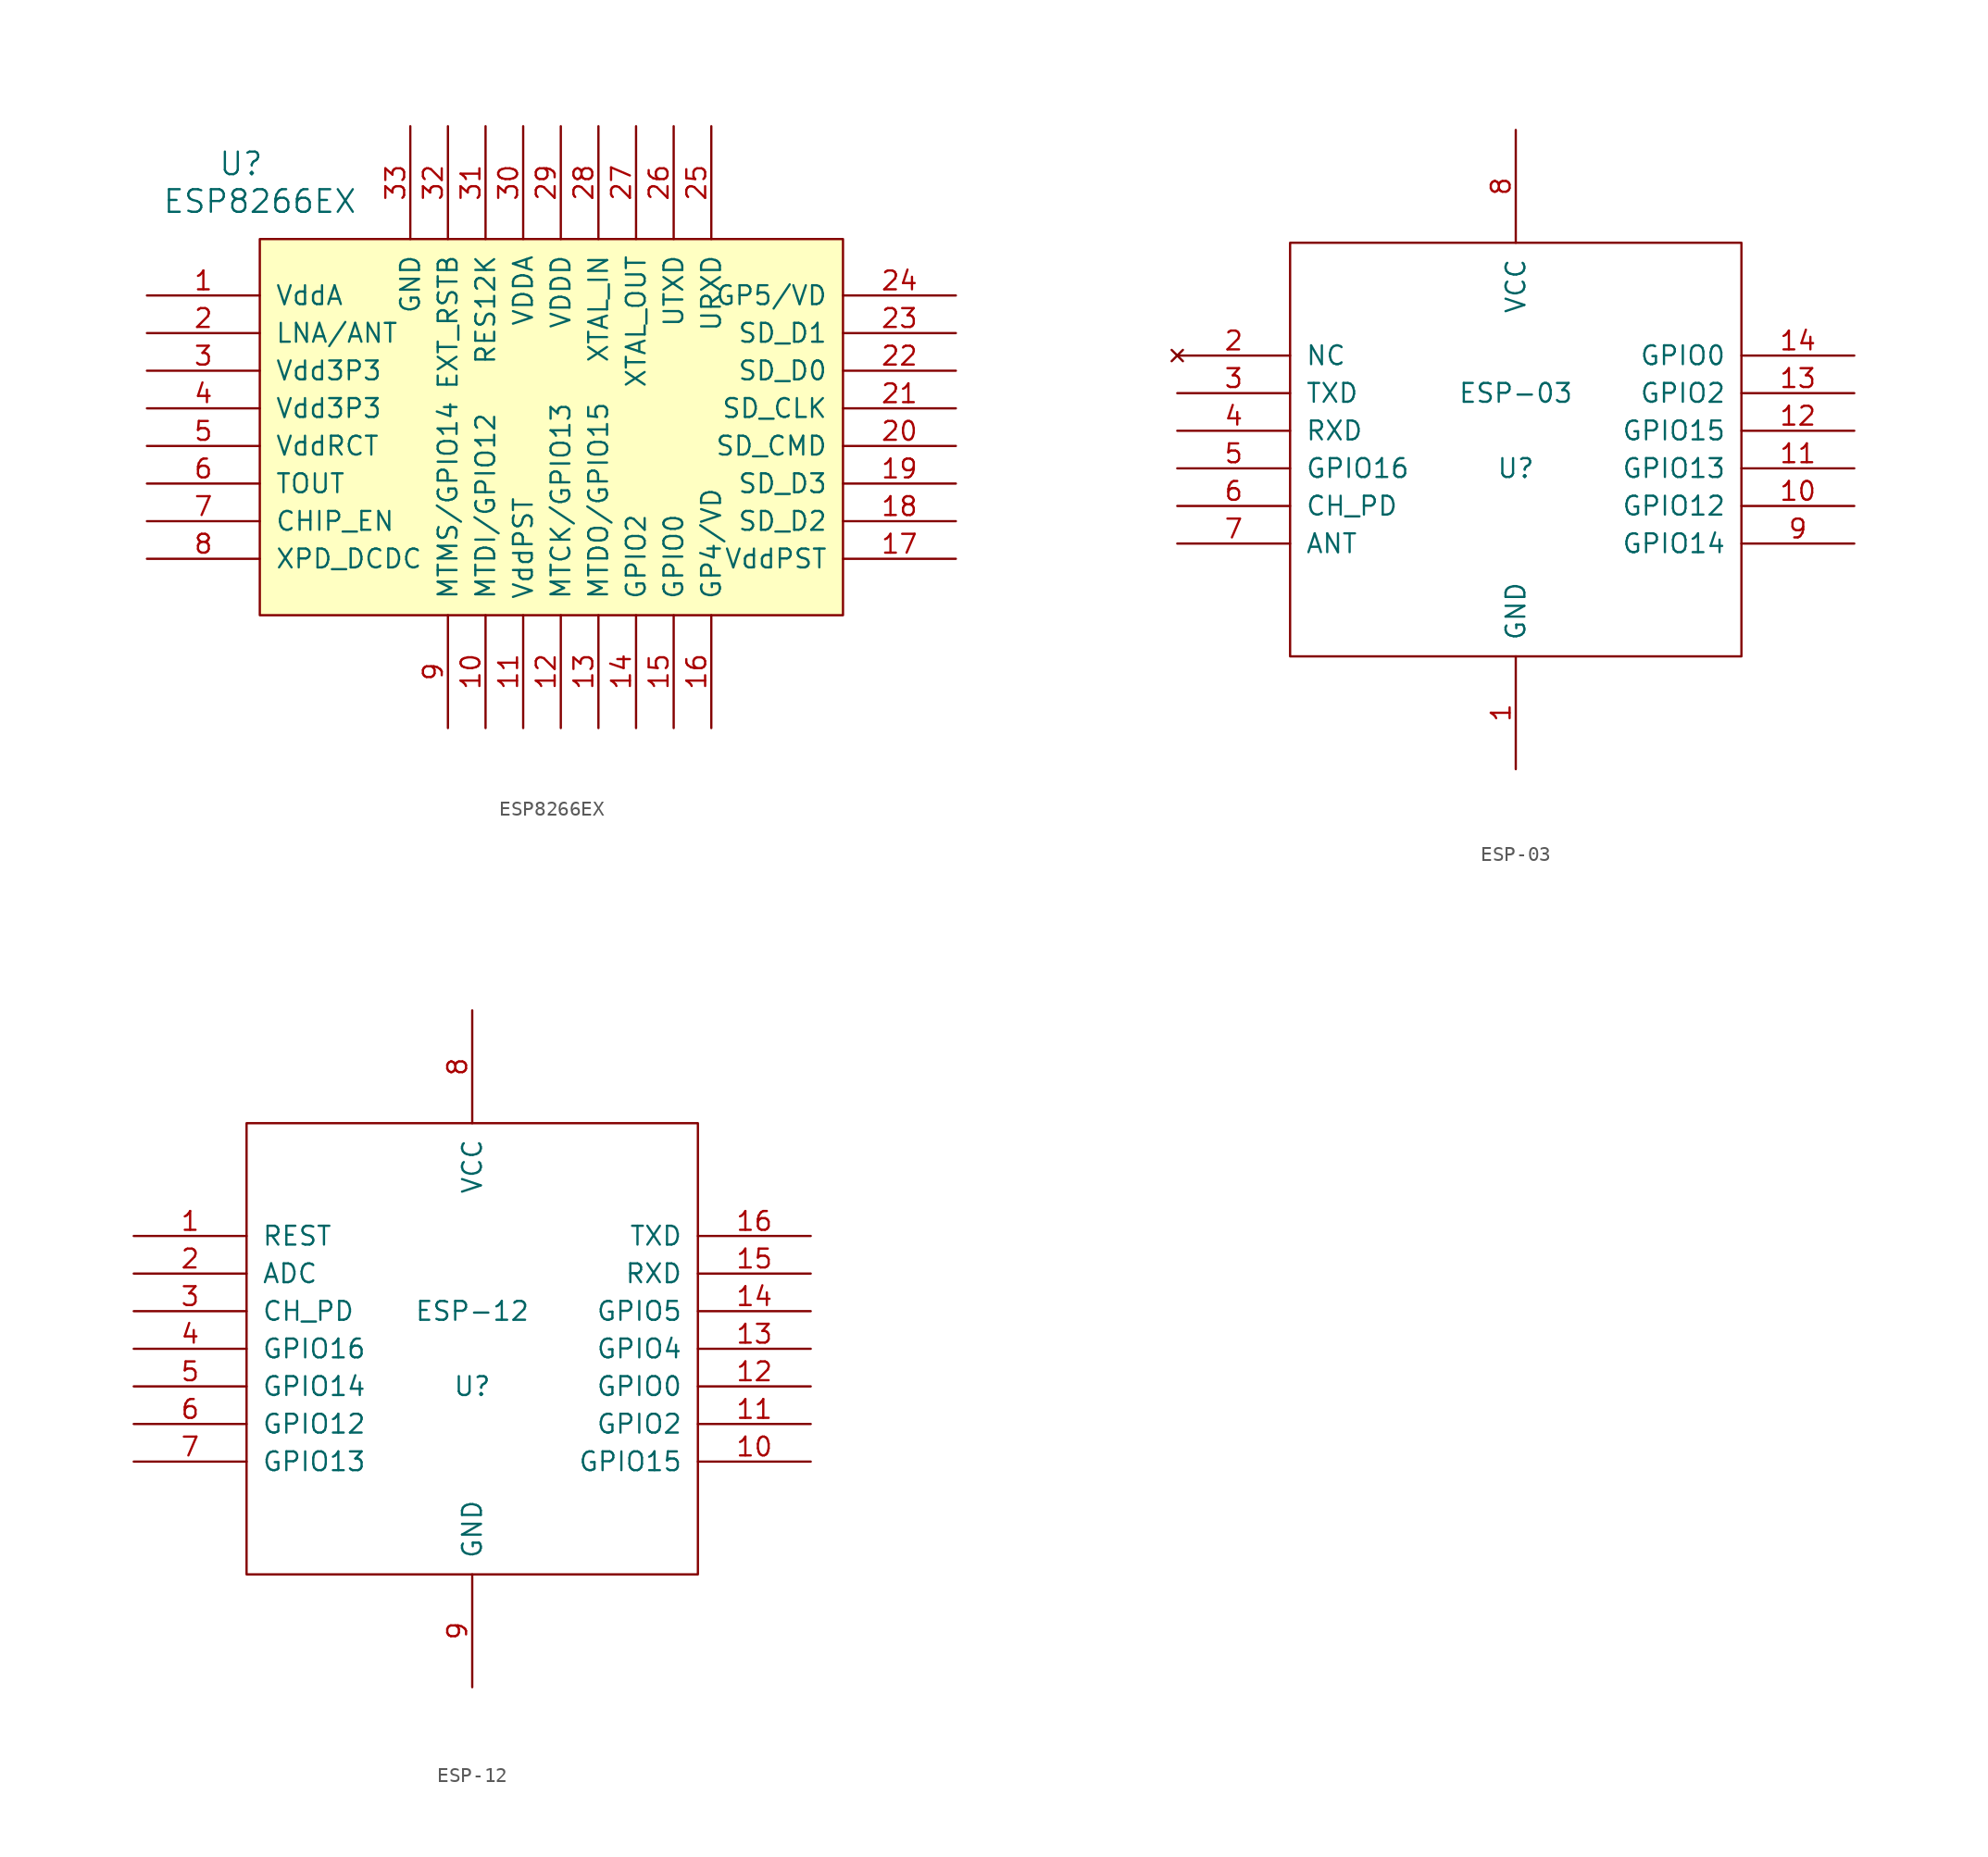
<source format=kicad_sym>
(kicad_symbol_lib
  (version 20220914)
  (generator kicad_symbol_editor)
  (symbol "ESP8266EX"
    (pin_names
      (offset 1.016))
    (property "Reference" "U"
      (at -22.86 17.78 0)
      (effects (font (size 1.524 1.524))))
    (property "Value" "ESP8266EX"
      (at -21.59 15.24 0)
      (effects (font (size 1.524 1.524))))
    (property "Footprint" ""
      (at -22.86 17.78 0)
      (effects (font (size 1.524 1.524))))
    (property "Datasheet" ""
      (at -22.86 17.78 0)
      (effects (font (size 1.524 1.524))))
    (symbol "ESP8266EX_0_1"
      (rectangle (start -21.59 12.7) (end 17.78 -12.7) (stroke (width 0) (type solid)) (fill (type background))))
    (symbol "ESP8266EX_1_1"
      (pin input line (at -29.21 8.89 0) (length 7.62) (name "VddA" (effects (font (size 1.27 1.27)))) (number "1" (effects (font (size 1.27 1.27)))))
      (pin input line (at -6.35 -20.32 90) (length 7.62) (name "MTDI/GPIO12" (effects (font (size 1.27 1.27)))) (number "10" (effects (font (size 1.27 1.27)))))
      (pin input line (at -3.81 -20.32 90) (length 7.62) (name "VddPST" (effects (font (size 1.27 1.27)))) (number "11" (effects (font (size 1.27 1.27)))))
      (pin input line (at -1.27 -20.32 90) (length 7.62) (name "MTCK/GPIO13" (effects (font (size 1.27 1.27)))) (number "12" (effects (font (size 1.27 1.27)))))
      (pin input line (at 1.27 -20.32 90) (length 7.62) (name "MTDO/GPIO15" (effects (font (size 1.27 1.27)))) (number "13" (effects (font (size 1.27 1.27)))))
      (pin input line (at 3.81 -20.32 90) (length 7.62) (name "GPIO2" (effects (font (size 1.27 1.27)))) (number "14" (effects (font (size 1.27 1.27)))))
      (pin input line (at 6.35 -20.32 90) (length 7.62) (name "GPIO0" (effects (font (size 1.27 1.27)))) (number "15" (effects (font (size 1.27 1.27)))))
      (pin input line (at 8.89 -20.32 90) (length 7.62) (name "GP4/VD" (effects (font (size 1.27 1.27)))) (number "16" (effects (font (size 1.27 1.27)))))
      (pin input line (at 25.4 -8.89 180) (length 7.62) (name "VddPST" (effects (font (size 1.27 1.27)))) (number "17" (effects (font (size 1.27 1.27)))))
      (pin input line (at 25.4 -6.35 180) (length 7.62) (name "SD_D2" (effects (font (size 1.27 1.27)))) (number "18" (effects (font (size 1.27 1.27)))))
      (pin input line (at 25.4 -3.81 180) (length 7.62) (name "SD_D3" (effects (font (size 1.27 1.27)))) (number "19" (effects (font (size 1.27 1.27)))))
      (pin input line (at -29.21 6.35 0) (length 7.62) (name "LNA/ANT" (effects (font (size 1.27 1.27)))) (number "2" (effects (font (size 1.27 1.27)))))
      (pin input line (at 25.4 -1.27 180) (length 7.62) (name "SD_CMD" (effects (font (size 1.27 1.27)))) (number "20" (effects (font (size 1.27 1.27)))))
      (pin input line (at 25.4 1.27 180) (length 7.62) (name "SD_CLK" (effects (font (size 1.27 1.27)))) (number "21" (effects (font (size 1.27 1.27)))))
      (pin input line (at 25.4 3.81 180) (length 7.62) (name "SD_D0" (effects (font (size 1.27 1.27)))) (number "22" (effects (font (size 1.27 1.27)))))
      (pin input line (at 25.4 6.35 180) (length 7.62) (name "SD_D1" (effects (font (size 1.27 1.27)))) (number "23" (effects (font (size 1.27 1.27)))))
      (pin input line (at 25.4 8.89 180) (length 7.62) (name "GP5/VD" (effects (font (size 1.27 1.27)))) (number "24" (effects (font (size 1.27 1.27)))))
      (pin input line (at 8.89 20.32 270) (length 7.62) (name "URXD" (effects (font (size 1.27 1.27)))) (number "25" (effects (font (size 1.27 1.27)))))
      (pin input line (at 6.35 20.32 270) (length 7.62) (name "UTXD" (effects (font (size 1.27 1.27)))) (number "26" (effects (font (size 1.27 1.27)))))
      (pin input line (at 3.81 20.32 270) (length 7.62) (name "XTAL_OUT" (effects (font (size 1.27 1.27)))) (number "27" (effects (font (size 1.27 1.27)))))
      (pin input line (at 1.27 20.32 270) (length 7.62) (name "XTAL_IN" (effects (font (size 1.27 1.27)))) (number "28" (effects (font (size 1.27 1.27)))))
      (pin input line (at -1.27 20.32 270) (length 7.62) (name "VDDD" (effects (font (size 1.27 1.27)))) (number "29" (effects (font (size 1.27 1.27)))))
      (pin input line (at -29.21 3.81 0) (length 7.62) (name "Vdd3P3" (effects (font (size 1.27 1.27)))) (number "3" (effects (font (size 1.27 1.27)))))
      (pin input line (at -3.81 20.32 270) (length 7.62) (name "VDDA" (effects (font (size 1.27 1.27)))) (number "30" (effects (font (size 1.27 1.27)))))
      (pin input line (at -6.35 20.32 270) (length 7.62) (name "RES12K" (effects (font (size 1.27 1.27)))) (number "31" (effects (font (size 1.27 1.27)))))
      (pin input line (at -8.89 20.32 270) (length 7.62) (name "EXT_RSTB" (effects (font (size 1.27 1.27)))) (number "32" (effects (font (size 1.27 1.27)))))
      (pin input line (at -11.43 20.32 270) (length 7.62) (name "GND" (effects (font (size 1.27 1.27)))) (number "33" (effects (font (size 1.27 1.27)))))
      (pin input line (at -29.21 1.27 0) (length 7.62) (name "Vdd3P3" (effects (font (size 1.27 1.27)))) (number "4" (effects (font (size 1.27 1.27)))))
      (pin input line (at -29.21 -1.27 0) (length 7.62) (name "VddRCT" (effects (font (size 1.27 1.27)))) (number "5" (effects (font (size 1.27 1.27)))))
      (pin input line (at -29.21 -3.81 0) (length 7.62) (name "TOUT" (effects (font (size 1.27 1.27)))) (number "6" (effects (font (size 1.27 1.27)))))
      (pin input line (at -29.21 -6.35 0) (length 7.62) (name "CHIP_EN" (effects (font (size 1.27 1.27)))) (number "7" (effects (font (size 1.27 1.27)))))
      (pin input line (at -29.21 -8.89 0) (length 7.62) (name "XPD_DCDC" (effects (font (size 1.27 1.27)))) (number "8" (effects (font (size 1.27 1.27)))))
      (pin input line (at -8.89 -20.32 90) (length 7.62) (name "MTMS/GPIO14" (effects (font (size 1.27 1.27)))) (number "9" (effects (font (size 1.27 1.27)))))))
  (symbol "ESP-03"
    (pin_names
      (offset 1.016))
    (property "Reference" "U"
      (at 0 0 0)
      (effects (font (size 1.27 1.27))))
    (property "Value" "ESP-03"
      (at 0 5.08 0)
      (effects (font (size 1.27 1.27))))
    (symbol "ESP-03_1_0"
      (rectangle (start -15.24 -12.7) (end 15.24 15.24) (stroke (width 0) (type solid)) (fill (type none))))
    (symbol "ESP-03_1_1"
      (pin power_in line (at 0 -20.32 90) (length 7.62) (name "GND" (effects (font (size 1.27 1.27)))) (number "1" (effects (font (size 1.27 1.27)))))
      (pin bidirectional line (at 22.86 -2.54 180) (length 7.62) (name "GPIO12" (effects (font (size 1.27 1.27)))) (number "10" (effects (font (size 1.27 1.27)))))
      (pin bidirectional line (at 22.86 0 180) (length 7.62) (name "GPIO13" (effects (font (size 1.27 1.27)))) (number "11" (effects (font (size 1.27 1.27)))))
      (pin bidirectional line (at 22.86 2.54 180) (length 7.62) (name "GPIO15" (effects (font (size 1.27 1.27)))) (number "12" (effects (font (size 1.27 1.27)))))
      (pin bidirectional line (at 22.86 5.08 180) (length 7.62) (name "GPIO2" (effects (font (size 1.27 1.27)))) (number "13" (effects (font (size 1.27 1.27)))))
      (pin input line (at 22.86 7.62 180) (length 7.62) (name "GPIO0" (effects (font (size 1.27 1.27)))) (number "14" (effects (font (size 1.27 1.27)))))
      (pin no_connect line (at -22.86 7.62 0) (length 7.62) (name "NC" (effects (font (size 1.27 1.27)))) (number "2" (effects (font (size 1.27 1.27)))))
      (pin output line (at -22.86 5.08 0) (length 7.62) (name "TXD" (effects (font (size 1.27 1.27)))) (number "3" (effects (font (size 1.27 1.27)))))
      (pin input line (at -22.86 2.54 0) (length 7.62) (name "RXD" (effects (font (size 1.27 1.27)))) (number "4" (effects (font (size 1.27 1.27)))))
      (pin bidirectional line (at -22.86 0 0) (length 7.62) (name "GPIO16" (effects (font (size 1.27 1.27)))) (number "5" (effects (font (size 1.27 1.27)))))
      (pin input line (at -22.86 -2.54 0) (length 7.62) (name "CH_PD" (effects (font (size 1.27 1.27)))) (number "6" (effects (font (size 1.27 1.27)))))
      (pin unspecified line (at -22.86 -5.08 0) (length 7.62) (name "ANT" (effects (font (size 1.27 1.27)))) (number "7" (effects (font (size 1.27 1.27)))))
      (pin power_in line (at 0 22.86 270) (length 7.62) (name "VCC" (effects (font (size 1.27 1.27)))) (number "8" (effects (font (size 1.27 1.27)))))
      (pin bidirectional line (at 22.86 -5.08 180) (length 7.62) (name "GPIO14" (effects (font (size 1.27 1.27)))) (number "9" (effects (font (size 1.27 1.27)))))))
  (symbol "ESP-12"
    (pin_names
      (offset 1.016))
    (property "Reference" "U"
      (at 0 -2.54 0)
      (effects (font (size 1.27 1.27))))
    (property "Value" "ESP-12"
      (at 0 2.54 0)
      (effects (font (size 1.27 1.27))))
    (symbol "ESP-12_1_0"
      (rectangle (start -15.24 -15.24) (end 15.24 15.24) (stroke (width 0) (type solid)) (fill (type none))))
    (symbol "ESP-12_1_1"
      (pin input line (at -22.86 7.62 0) (length 7.62) (name "REST" (effects (font (size 1.27 1.27)))) (number "1" (effects (font (size 1.27 1.27)))))
      (pin bidirectional line (at 22.86 -7.62 180) (length 7.62) (name "GPIO15" (effects (font (size 1.27 1.27)))) (number "10" (effects (font (size 1.27 1.27)))))
      (pin bidirectional line (at 22.86 -5.08 180) (length 7.62) (name "GPIO2" (effects (font (size 1.27 1.27)))) (number "11" (effects (font (size 1.27 1.27)))))
      (pin bidirectional line (at 22.86 -2.54 180) (length 7.62) (name "GPIO0" (effects (font (size 1.27 1.27)))) (number "12" (effects (font (size 1.27 1.27)))))
      (pin bidirectional line (at 22.86 0 180) (length 7.62) (name "GPIO4" (effects (font (size 1.27 1.27)))) (number "13" (effects (font (size 1.27 1.27)))))
      (pin bidirectional line (at 22.86 2.54 180) (length 7.62) (name "GPIO5" (effects (font (size 1.27 1.27)))) (number "14" (effects (font (size 1.27 1.27)))))
      (pin input line (at 22.86 5.08 180) (length 7.62) (name "RXD" (effects (font (size 1.27 1.27)))) (number "15" (effects (font (size 1.27 1.27)))))
      (pin output line (at 22.86 7.62 180) (length 7.62) (name "TXD" (effects (font (size 1.27 1.27)))) (number "16" (effects (font (size 1.27 1.27)))))
      (pin passive line (at -22.86 5.08 0) (length 7.62) (name "ADC" (effects (font (size 1.27 1.27)))) (number "2" (effects (font (size 1.27 1.27)))))
      (pin input line (at -22.86 2.54 0) (length 7.62) (name "CH_PD" (effects (font (size 1.27 1.27)))) (number "3" (effects (font (size 1.27 1.27)))))
      (pin bidirectional line (at -22.86 0 0) (length 7.62) (name "GPIO16" (effects (font (size 1.27 1.27)))) (number "4" (effects (font (size 1.27 1.27)))))
      (pin bidirectional line (at -22.86 -2.54 0) (length 7.62) (name "GPIO14" (effects (font (size 1.27 1.27)))) (number "5" (effects (font (size 1.27 1.27)))))
      (pin bidirectional line (at -22.86 -5.08 0) (length 7.62) (name "GPIO12" (effects (font (size 1.27 1.27)))) (number "6" (effects (font (size 1.27 1.27)))))
      (pin bidirectional line (at -22.86 -7.62 0) (length 7.62) (name "GPIO13" (effects (font (size 1.27 1.27)))) (number "7" (effects (font (size 1.27 1.27)))))
      (pin power_in line (at 0 22.86 270) (length 7.62) (name "VCC" (effects (font (size 1.27 1.27)))) (number "8" (effects (font (size 1.27 1.27)))))
      (pin power_in line (at 0 -22.86 90) (length 7.62) (name "GND" (effects (font (size 1.27 1.27)))) (number "9" (effects (font (size 1.27 1.27))))))))
</source>
